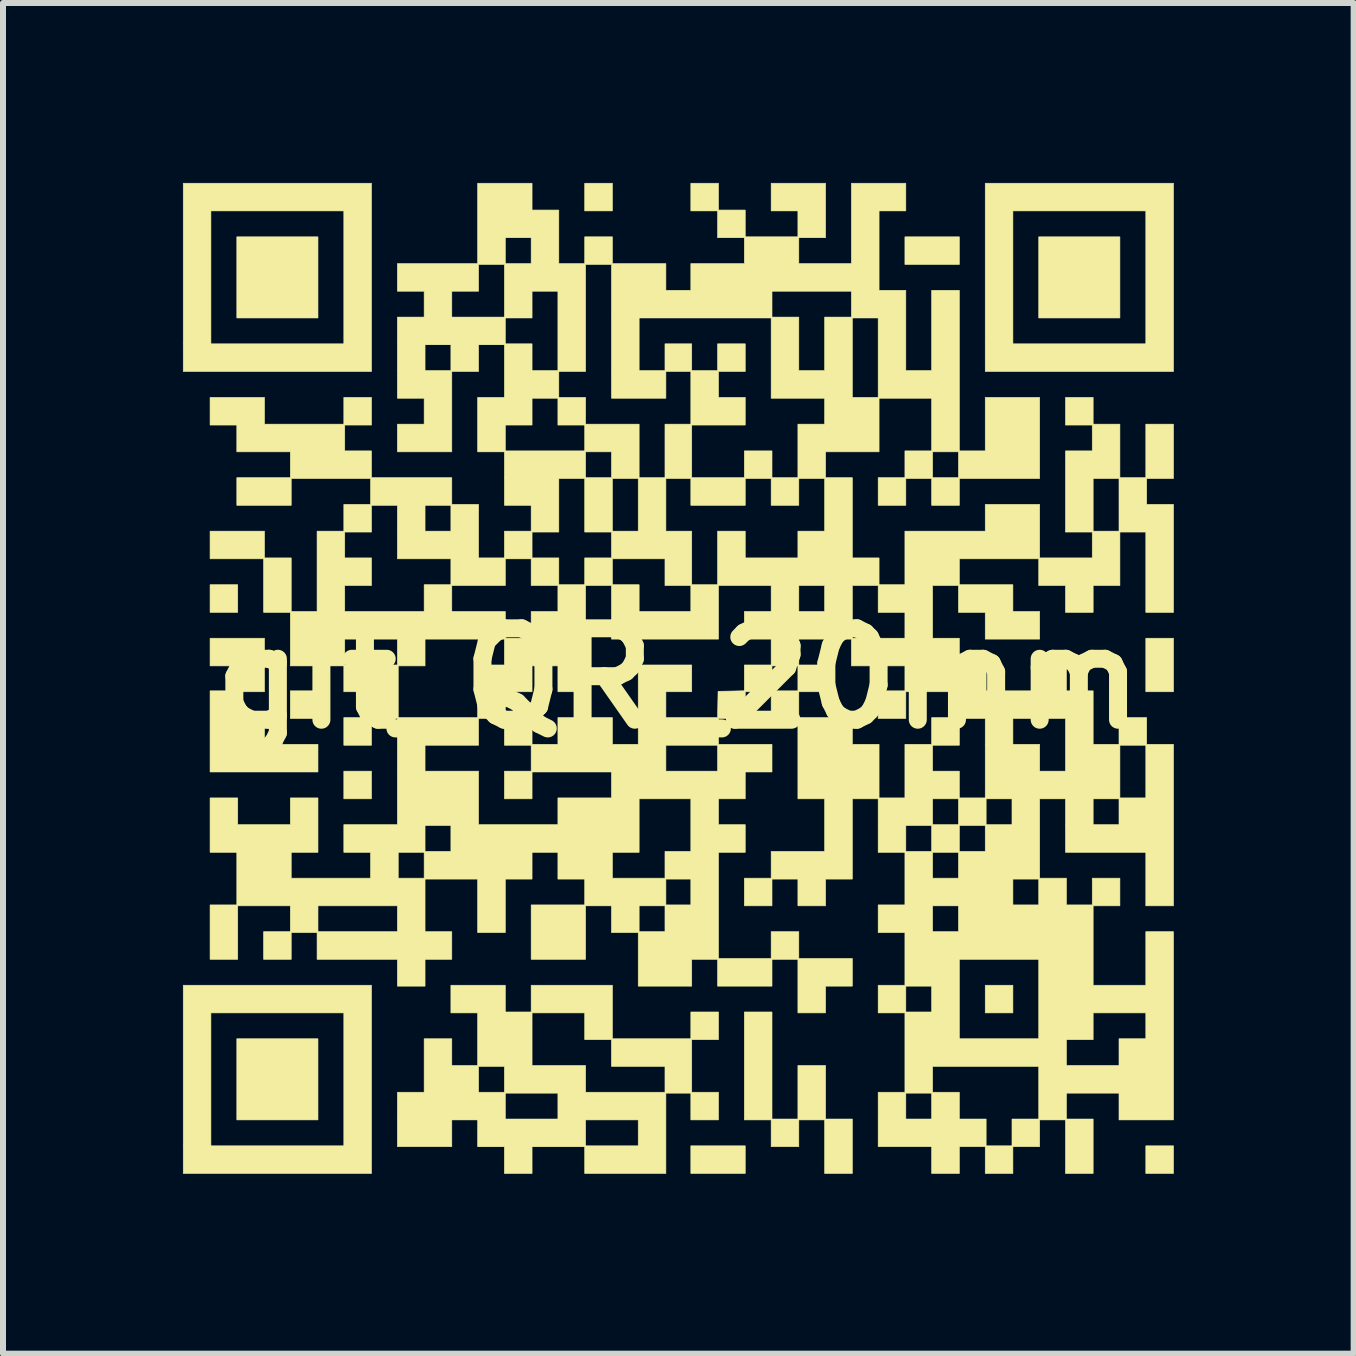
<source format=kicad_pcb>
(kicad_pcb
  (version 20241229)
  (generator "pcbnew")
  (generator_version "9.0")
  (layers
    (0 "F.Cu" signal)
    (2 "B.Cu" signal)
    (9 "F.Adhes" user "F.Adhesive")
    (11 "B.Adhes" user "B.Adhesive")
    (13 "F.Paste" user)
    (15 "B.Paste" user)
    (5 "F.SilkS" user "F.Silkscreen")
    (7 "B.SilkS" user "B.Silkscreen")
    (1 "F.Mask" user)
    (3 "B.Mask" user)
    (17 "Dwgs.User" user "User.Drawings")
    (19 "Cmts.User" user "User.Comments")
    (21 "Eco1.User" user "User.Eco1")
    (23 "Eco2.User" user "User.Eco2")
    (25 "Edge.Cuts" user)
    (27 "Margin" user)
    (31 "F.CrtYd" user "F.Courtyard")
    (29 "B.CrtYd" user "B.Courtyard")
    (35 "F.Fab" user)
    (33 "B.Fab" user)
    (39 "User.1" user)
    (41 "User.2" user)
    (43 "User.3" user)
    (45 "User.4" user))
  (footprint "git_QR_20mm"
    (layer "F.Cu")
    (at 8.259 8.259)
    (property "Reference" "git_QR_20mm" (at 0 0 0) (layer "F.SilkS") (effects (font (size 1.524 1.524) (thickness 0.3))))
    (attr through_hole)
    (fp_poly (pts (xy -7.346 -1.1) (xy -7.807 -1.1) (xy -7.807 -1.561) (xy -7.346 -1.561) (xy -7.346 -1.1)) (stroke (width 0.01) (type solid)) (fill yes) (layer "F.SilkS"))
    (fp_poly (pts (xy -6.008 -6.008) (xy -7.361 -6.008) (xy -7.361 -7.361) (xy -6.008 -7.361) (xy -6.008 -6.008)) (stroke (width 0.01) (type solid)) (fill yes) (layer "F.SilkS"))
    (fp_poly (pts (xy -6.008 0.669) (xy -6.469 0.669) (xy -6.469 0.208) (xy -6.008 0.208) (xy -6.008 0.669)) (stroke (width 0.01) (type solid)) (fill yes) (layer "F.SilkS"))
    (fp_poly (pts (xy -6.008 7.361) (xy -7.361 7.361) (xy -7.361 6.008) (xy -6.008 6.008) (xy -6.008 7.361)) (stroke (width 0.01) (type solid)) (fill yes) (layer "F.SilkS"))
    (fp_poly (pts (xy -5.116 2.008) (xy -5.577 2.008) (xy -5.577 1.547) (xy -5.116 1.547) (xy -5.116 2.008)) (stroke (width 0.01) (type solid)) (fill yes) (layer "F.SilkS"))
    (fp_poly (pts (xy -1.1 -7.793) (xy -1.561 -7.793) (xy -1.561 -8.254) (xy -1.1 -8.254) (xy -1.1 -7.793)) (stroke (width 0.01) (type solid)) (fill yes) (layer "F.SilkS"))
    (fp_poly (pts (xy 1.115 8.254) (xy 0.208 8.254) (xy 0.208 7.793) (xy 1.115 7.793) (xy 1.115 8.254)) (stroke (width 0.01) (type solid)) (fill yes) (layer "F.SilkS"))
    (fp_poly (pts (xy 4.684 -6.9) (xy 3.777 -6.9) (xy 3.777 -7.361) (xy 4.684 -7.361) (xy 4.684 -6.9)) (stroke (width 0.01) (type solid)) (fill yes) (layer "F.SilkS"))
    (fp_poly (pts (xy 5.577 5.577) (xy 5.116 5.577) (xy 5.116 5.116) (xy 5.577 5.116) (xy 5.577 5.577)) (stroke (width 0.01) (type solid)) (fill yes) (layer "F.SilkS"))
    (fp_poly (pts (xy 7.361 -6.008) (xy 6.008 -6.008) (xy 6.008 -7.361) (xy 7.361 -7.361) (xy 7.361 -6.008)) (stroke (width 0.01) (type solid)) (fill yes) (layer "F.SilkS"))
    (fp_poly (pts (xy 8.254 0.223) (xy 7.793 0.223) (xy 7.793 -0.669) (xy 8.254 -0.669) (xy 8.254 0.223)) (stroke (width 0.01) (type solid)) (fill yes) (layer "F.SilkS"))
    (fp_poly (pts (xy 8.254 8.254) (xy 7.793 8.254) (xy 7.793 7.793) (xy 8.254 7.793) (xy 8.254 8.254)) (stroke (width 0.01) (type solid)) (fill yes) (layer "F.SilkS"))
    (fp_poly (pts (xy -5.116 -5.116) (xy -8.254 -5.116) (xy -8.254 -7.793) (xy -7.793 -7.793) (xy -7.793 -5.577) (xy -5.577 -5.577) (xy -5.577 -7.793) (xy -7.793 -7.793) (xy -8.254 -7.793) (xy -8.254 -8.254) (xy -5.116 -8.254) (xy -5.116 -5.116)) (stroke (width 0.01) (type solid)) (fill yes) (layer "F.SilkS"))
    (fp_poly (pts (xy -5.116 8.254) (xy -8.254 8.254) (xy -8.254 5.577) (xy -7.793 5.577) (xy -7.793 7.793) (xy -5.577 7.793) (xy -5.577 5.577) (xy -7.793 5.577) (xy -8.254 5.577) (xy -8.254 5.116) (xy -5.116 5.116) (xy -5.116 8.254)) (stroke (width 0.01) (type solid)) (fill yes) (layer "F.SilkS"))
    (fp_poly (pts (xy 8.254 -5.116) (xy 5.116 -5.116) (xy 5.116 -7.793) (xy 5.577 -7.793) (xy 5.577 -5.577) (xy 7.793 -5.577) (xy 7.793 -7.793) (xy 5.577 -7.793) (xy 5.116 -7.793) (xy 5.116 -8.254) (xy 8.254 -8.254) (xy 8.254 -5.116)) (stroke (width 0.01) (type solid)) (fill yes) (layer "F.SilkS"))
    (fp_poly (pts (xy -6.9 0.223) (xy -7.346 0.223) (xy -7.346 0.654) (xy -6.9 0.654) (xy -6.9 1.1) (xy -6.008 1.1) (xy -6.008 1.561) (xy -7.807 1.561) (xy -7.807 0.208) (xy -7.361 0.208) (xy -7.361 -0.208) (xy -7.807 -0.208) (xy -7.807 -0.669) (xy -6.9 -0.669) (xy -6.9 0.223)) (stroke (width 0.01) (type solid)) (fill yes) (layer "F.SilkS"))
    (fp_poly (pts (xy 1.561 7.346) (xy 1.993 7.346) (xy 1.993 6.454) (xy 2.454 6.454) (xy 2.454 7.346) (xy 2.9 7.346) (xy 2.9 8.254) (xy 2.439 8.254) (xy 2.439 7.361) (xy 2.008 7.361) (xy 2.008 7.807) (xy 1.547 7.807) (xy 1.547 7.361) (xy 1.1 7.361) (xy 1.1 5.562) (xy 1.561 5.562) (xy 1.561 7.346)) (stroke (width 0.01) (type solid)) (fill yes) (layer "F.SilkS"))
    (fp_poly (pts (xy -2.885 5.562) (xy -2.454 5.562) (xy -2.454 5.116) (xy -1.1 5.116) (xy -1.1 6.008) (xy 0.208 6.008) (xy 0.208 5.562) (xy 0.669 5.562) (xy 0.669 6.023) (xy 0.223 6.023) (xy 0.223 6.9) (xy 0.669 6.9) (xy 0.669 7.361) (xy 0.208 7.361) (xy 0.208 6.915) (xy -0.208 6.915) (xy -0.208 8.254) (xy -1.561 8.254) (xy -1.561 7.807) (xy -2.439 7.807) (xy -2.439 8.254) (xy -2.9 8.254) (xy -2.9 7.807) (xy -3.346 7.807) (xy -3.346 7.361) (xy -1.547 7.361) (xy -1.547 7.793) (xy -0.669 7.793) (xy -0.669 7.361) (xy -1.547 7.361) (xy -3.346 7.361) (xy -3.777 7.361) (xy -3.777 7.807) (xy -4.684 7.807) (xy -4.684 6.915) (xy -2.885 6.915) (xy -2.885 7.346) (xy -2.008 7.346) (xy -2.008 6.915) (xy -2.885 6.915) (xy -4.684 6.915) (xy -4.684 6.9) (xy -4.238 6.9) (xy -4.238 6.469) (xy -3.331 6.469) (xy -3.331 6.9) (xy -2.9 6.9) (xy -2.9 6.469) (xy -3.331 6.469) (xy -4.238 6.469) (xy -4.238 6.008) (xy -3.777 6.008) (xy -3.777 6.454) (xy -3.346 6.454) (xy -3.346 5.577) (xy -2.439 5.577) (xy -2.439 6.454) (xy -1.547 6.454) (xy -1.547 6.9) (xy -0.223 6.9) (xy -0.223 6.469) (xy -1.115 6.469) (xy -1.115 6.023) (xy -1.561 6.023) (xy -1.561 5.577) (xy -2.439 5.577) (xy -3.346 5.577) (xy -3.792 5.577) (xy -3.792 5.116) (xy -2.885 5.116) (xy -2.885 5.562)) (stroke (width 0.01) (type solid)) (fill yes) (layer "F.SilkS"))
    (fp_poly (pts (xy -2.439 -7.807) (xy -1.993 -7.807) (xy -1.993 -6.915) (xy -1.561 -6.915) (xy -1.561 -7.361) (xy -1.1 -7.361) (xy -1.1 -6.915) (xy -0.208 -6.915) (xy -0.208 -6.469) (xy 0.208 -6.469) (xy 0.208 -6.915) (xy 1.1 -6.915) (xy 1.1 -7.346) (xy 0.654 -7.346) (xy 0.654 -7.793) (xy 0.208 -7.793) (xy 0.208 -8.254) (xy 0.669 -8.254) (xy 0.669 -7.807) (xy 1.115 -7.807) (xy 1.115 -7.361) (xy 1.993 -7.361) (xy 1.993 -7.793) (xy 1.547 -7.793) (xy 1.547 -8.254) (xy 2.454 -8.254) (xy 2.454 -7.346) (xy 2.008 -7.346) (xy 2.008 -6.915) (xy 2.885 -6.915) (xy 2.885 -8.254) (xy 3.792 -8.254) (xy 3.792 -7.793) (xy 3.346 -7.793) (xy 3.346 -6.469) (xy 3.792 -6.469) (xy 3.792 -5.131) (xy 4.223 -5.131) (xy 4.223 -6.469) (xy 4.684 -6.469) (xy 4.684 -3.792) (xy 5.116 -3.792) (xy 5.116 -4.684) (xy 6.023 -4.684) (xy 6.023 -3.331) (xy 4.684 -3.331) (xy 4.684 -2.885) (xy 4.223 -2.885) (xy 4.223 -3.331) (xy 3.792 -3.331) (xy 3.792 -2.885) (xy 3.331 -2.885) (xy 3.331 -3.346) (xy 3.777 -3.346) (xy 3.777 -3.777) (xy 4.238 -3.777) (xy 4.238 -3.346) (xy 4.67 -3.346) (xy 4.67 -3.777) (xy 4.238 -3.777) (xy 3.777 -3.777) (xy 3.777 -3.792) (xy 4.223 -3.792) (xy 4.223 -4.67) (xy 3.346 -4.67) (xy 3.346 -3.777) (xy 2.454 -3.777) (xy 2.454 -3.346) (xy 2.9 -3.346) (xy 2.9 -2.008) (xy 3.346 -2.008) (xy 3.346 -1.561) (xy 3.777 -1.561) (xy 3.777 -2.454) (xy 5.116 -2.454) (xy 5.116 -2.9) (xy 6.023 -2.9) (xy 6.023 -2.008) (xy 6.9 -2.008) (xy 6.9 -2.439) (xy 6.454 -2.439) (xy 6.454 -3.331) (xy 6.915 -3.331) (xy 6.915 -2.454) (xy 7.346 -2.454) (xy 7.346 -3.331) (xy 6.915 -3.331) (xy 6.454 -3.331) (xy 6.454 -3.792) (xy 6.9 -3.792) (xy 6.9 -4.223) (xy 6.454 -4.223) (xy 6.454 -4.684) (xy 6.915 -4.684) (xy 6.915 -4.238) (xy 7.361 -4.238) (xy 7.361 -3.346) (xy 7.793 -3.346) (xy 7.793 -4.238) (xy 8.254 -4.238) (xy 8.254 -3.331) (xy 7.807 -3.331) (xy 7.807 -2.9) (xy 8.254 -2.9) (xy 8.254 -1.1) (xy 7.793 -1.1) (xy 7.793 -2.439) (xy 7.361 -2.439) (xy 7.361 -1.547) (xy 6.915 -1.547) (xy 6.915 -1.1) (xy 6.454 -1.1) (xy 6.454 -1.547) (xy 6.008 -1.547) (xy 6.008 -1.993) (xy 4.684 -1.993) (xy 4.684 -1.561) (xy 5.577 -1.561) (xy 5.577 -1.115) (xy 6.023 -1.115) (xy 6.023 -0.654) (xy 5.116 -0.654) (xy 5.116 -1.1) (xy 4.67 -1.1) (xy 4.67 -1.547) (xy 4.238 -1.547) (xy 4.238 -0.669) (xy 4.684 -0.669) (xy 4.684 -0.223) (xy 5.131 -0.223) (xy 5.131 0.208) (xy 6.008 0.208) (xy 6.008 -0.223) (xy 6.469 -0.223) (xy 6.469 0.208) (xy 6.915 0.208) (xy 6.915 1.1) (xy 7.346 1.1) (xy 7.346 0.654) (xy 7.807 0.654) (xy 7.807 1.1) (xy 8.254 1.1) (xy 8.254 3.792) (xy 7.793 3.792) (xy 7.793 2.9) (xy 6.454 2.9) (xy 6.454 2.008) (xy 6.915 2.008) (xy 6.915 2.439) (xy 7.346 2.439) (xy 7.346 2.008) (xy 6.915 2.008) (xy 6.454 2.008) (xy 6.023 2.008) (xy 6.023 3.331) (xy 6.469 3.331) (xy 6.469 3.777) (xy 6.9 3.777) (xy 6.9 3.331) (xy 7.361 3.331) (xy 7.361 3.792) (xy 6.915 3.792) (xy 6.915 5.116) (xy 7.793 5.116) (xy 7.793 4.223) (xy 8.254 4.223) (xy 8.254 7.361) (xy 7.346 7.361) (xy 7.346 6.915) (xy 6.469 6.915) (xy 6.469 7.346) (xy 6.915 7.346) (xy 6.915 8.254) (xy 6.454 8.254) (xy 6.454 7.361) (xy 6.023 7.361) (xy 6.023 7.807) (xy 5.577 7.807) (xy 5.577 8.254) (xy 5.116 8.254) (xy 5.116 7.807) (xy 4.684 7.807) (xy 4.684 8.254) (xy 4.223 8.254) (xy 4.223 7.807) (xy 3.331 7.807) (xy 3.331 6.915) (xy 3.792 6.915) (xy 3.792 7.346) (xy 4.223 7.346) (xy 4.223 6.915) (xy 3.792 6.915) (xy 3.331 6.915) (xy 3.331 6.9) (xy 3.777 6.9) (xy 3.777 6.469) (xy 4.238 6.469) (xy 4.238 6.9) (xy 4.684 6.9) (xy 4.684 7.346) (xy 5.131 7.346) (xy 5.131 7.793) (xy 5.562 7.793) (xy 5.562 7.346) (xy 6.008 7.346) (xy 6.008 6.469) (xy 4.238 6.469) (xy 3.777 6.469) (xy 3.777 6.023) (xy 6.469 6.023) (xy 6.469 6.454) (xy 7.346 6.454) (xy 7.346 6.008) (xy 7.793 6.008) (xy 7.793 5.577) (xy 6.915 5.577) (xy 6.915 6.023) (xy 6.469 6.023) (xy 3.777 6.023) (xy 3.777 5.577) (xy 3.331 5.577) (xy 3.331 5.131) (xy 3.792 5.131) (xy 3.792 5.562) (xy 4.223 5.562) (xy 4.223 5.131) (xy 3.792 5.131) (xy 3.331 5.131) (xy 3.331 5.116) (xy 3.777 5.116) (xy 3.777 4.684) (xy 4.684 4.684) (xy 4.684 6.008) (xy 6.008 6.008) (xy 6.008 4.684) (xy 4.684 4.684) (xy 3.777 4.684) (xy 3.777 4.238) (xy 3.331 4.238) (xy 3.331 3.792) (xy 4.238 3.792) (xy 4.238 4.223) (xy 4.67 4.223) (xy 4.67 3.792) (xy 4.238 3.792) (xy 3.331 3.792) (xy 3.331 3.777) (xy 3.777 3.777) (xy 3.777 3.346) (xy 5.577 3.346) (xy 5.577 3.777) (xy 6.008 3.777) (xy 6.008 3.346) (xy 5.577 3.346) (xy 3.777 3.346) (xy 3.777 2.9) (xy 4.238 2.9) (xy 4.238 3.331) (xy 4.67 3.331) (xy 4.67 2.9) (xy 4.238 2.9) (xy 3.777 2.9) (xy 3.331 2.9) (xy 3.331 2.454) (xy 3.792 2.454) (xy 3.792 2.885) (xy 4.223 2.885) (xy 4.223 2.454) (xy 4.684 2.454) (xy 4.684 2.885) (xy 5.116 2.885) (xy 5.116 2.454) (xy 4.684 2.454) (xy 4.223 2.454) (xy 3.792 2.454) (xy 3.331 2.454) (xy 3.331 2.008) (xy 4.238 2.008) (xy 4.238 2.439) (xy 4.67 2.439) (xy 4.67 2.008) (xy 5.131 2.008) (xy 5.131 2.439) (xy 5.562 2.439) (xy 5.562 2.008) (xy 5.131 2.008) (xy 4.67 2.008) (xy 4.238 2.008) (xy 3.331 2.008) (xy 2.9 2.008) (xy 2.9 3.346) (xy 2.454 3.346) (xy 2.454 3.792) (xy 1.993 3.792) (xy 1.993 3.346) (xy 1.561 3.346) (xy 1.561 3.792) (xy 1.1 3.792) (xy 1.1 3.331) (xy 1.547 3.331) (xy 1.547 2.885) (xy 2.439 2.885) (xy 2.439 2.008) (xy 1.993 2.008) (xy 1.993 0.669) (xy 1.547 0.669) (xy 1.547 0.223) (xy 1.115 0.223) (xy 1.115 0.669) (xy 0.669 0.669) (xy 0.669 1.1) (xy 1.561 1.1) (xy 1.561 1.561) (xy 1.115 1.561) (xy 1.115 2.008) (xy 0.669 2.008) (xy 0.669 2.439) (xy 1.115 2.439) (xy 1.115 2.9) (xy 0.669 2.9) (xy 0.669 4.67) (xy 1.547 4.67) (xy 1.547 4.223) (xy 2.008 4.223) (xy 2.008 4.67) (xy 2.9 4.67) (xy 2.9 5.131) (xy 2.454 5.131) (xy 2.454 5.577) (xy 1.993 5.577) (xy 1.993 4.684) (xy 1.561 4.684) (xy 1.561 5.131) (xy 0.654 5.131) (xy 0.654 4.684) (xy 0.223 4.684) (xy 0.223 5.131) (xy -0.669 5.131) (xy -0.669 4.238) (xy -1.115 4.238) (xy -1.115 3.792) (xy -0.654 3.792) (xy -0.654 4.223) (xy -0.223 4.223) (xy -0.223 3.792) (xy -0.654 3.792) (xy -1.115 3.792) (xy -1.547 3.792) (xy -1.547 4.684) (xy -2.454 4.684) (xy -2.454 3.777) (xy -1.561 3.777) (xy -1.561 3.346) (xy -0.208 3.346) (xy -0.208 3.777) (xy 0.208 3.777) (xy 0.208 3.346) (xy -0.208 3.346) (xy -1.561 3.346) (xy -2.008 3.346) (xy -2.008 2.9) (xy -1.1 2.9) (xy -1.1 3.331) (xy -0.223 3.331) (xy -0.223 2.885) (xy 0.208 2.885) (xy 0.208 2.008) (xy -0.654 2.008) (xy -0.654 2.9) (xy -1.1 2.9) (xy -2.008 2.9) (xy -2.439 2.9) (xy -2.439 3.346) (xy -2.885 3.346) (xy -2.885 4.238) (xy -3.346 4.238) (xy -3.346 3.346) (xy -4.223 3.346) (xy -4.223 4.223) (xy -3.777 4.223) (xy -3.777 4.684) (xy -4.223 4.684) (xy -4.223 5.131) (xy -4.684 5.131) (xy -4.684 4.684) (xy -6.023 4.684) (xy -6.023 4.238) (xy -6.454 4.238) (xy -6.454 4.684) (xy -6.915 4.684) (xy -6.915 4.223) (xy -6.469 4.223) (xy -6.469 3.792) (xy -6.008 3.792) (xy -6.008 4.223) (xy -4.684 4.223) (xy -4.684 3.792) (xy -6.008 3.792) (xy -6.469 3.792) (xy -7.346 3.792) (xy -7.346 4.684) (xy -7.807 4.684) (xy -7.807 3.777) (xy -7.361 3.777) (xy -7.361 2.9) (xy -7.807 2.9) (xy -7.807 1.993) (xy -7.346 1.993) (xy -7.346 2.439) (xy -6.469 2.439) (xy -6.469 1.993) (xy -6.008 1.993) (xy -6.008 2.9) (xy -6.454 2.9) (xy -6.454 3.331) (xy -5.131 3.331) (xy -5.131 2.9) (xy -4.67 2.9) (xy -4.67 3.331) (xy -4.238 3.331) (xy -4.238 2.9) (xy -4.67 2.9) (xy -5.131 2.9) (xy -5.577 2.9) (xy -5.577 2.454) (xy -4.223 2.454) (xy -4.223 2.885) (xy -3.792 2.885) (xy -3.792 2.454) (xy -4.223 2.454) (xy -5.577 2.454) (xy -5.577 2.439) (xy -4.684 2.439) (xy -4.684 1.115) (xy -4.223 1.115) (xy -4.223 1.547) (xy -3.331 1.547) (xy -3.331 2.439) (xy -2.008 2.439) (xy -2.008 1.993) (xy -1.115 1.993) (xy -1.115 1.561) (xy -2.439 1.561) (xy -2.439 2.008) (xy -2.9 2.008) (xy -2.9 1.547) (xy -2.454 1.547) (xy -2.454 1.115) (xy -0.208 1.115) (xy -0.208 1.547) (xy 0.654 1.547) (xy 0.654 1.115) (xy -0.208 1.115) (xy -2.454 1.115) (xy -2.9 1.115) (xy -2.9 0.669) (xy -3.331 0.669) (xy -3.331 1.115) (xy -4.223 1.115) (xy -4.684 1.115) (xy -4.684 0.669) (xy -5.116 0.669) (xy -5.116 1.115) (xy -5.577 1.115) (xy -5.577 0.654) (xy -5.131 0.654) (xy -5.131 0.223) (xy -5.577 0.223) (xy -5.577 -0.208) (xy -4.67 -0.208) (xy -4.67 0.654) (xy -3.346 0.654) (xy -3.346 0.223) (xy -2.885 0.223) (xy -2.885 0.654) (xy -2.439 0.654) (xy -2.439 1.1) (xy -2.008 1.1) (xy -2.008 0.654) (xy -1.1 0.654) (xy -1.1 1.1) (xy -0.669 1.1) (xy -0.669 -0.223) (xy 0.223 -0.223) (xy 0.223 0.223) (xy -0.208 0.223) (xy -0.208 0.654) (xy 0.654 0.654) (xy 0.658 0.435) (xy 0.662 0.216) (xy 0.881 0.212) (xy 1.1 0.207) (xy 1.1 -0.208) (xy 1.561 -0.208) (xy 1.561 0.208) (xy 1.993 0.208) (xy 1.993 -0.208) (xy 1.561 -0.208) (xy 1.1 -0.208) (xy 1.1 -0.223) (xy 1.547 -0.223) (xy 1.547 -0.654) (xy 2.008 -0.654) (xy 2.008 -0.223) (xy 2.454 -0.223) (xy 2.454 0.223) (xy 2.008 0.223) (xy 2.008 0.654) (xy 2.9 0.654) (xy 2.9 1.1) (xy 3.346 1.1) (xy 3.346 1.993) (xy 3.777 1.993) (xy 3.777 1.115) (xy 4.238 1.115) (xy 4.238 1.547) (xy 4.684 1.547) (xy 4.684 1.993) (xy 5.116 1.993) (xy 5.116 0.669) (xy 5.577 0.669) (xy 5.577 1.1) (xy 6.023 1.1) (xy 6.023 1.547) (xy 6.454 1.547) (xy 6.454 1.115) (xy 7.361 1.115) (xy 7.361 1.993) (xy 7.793 1.993) (xy 7.793 1.115) (xy 7.361 1.115) (xy 6.454 1.115) (xy 6.454 0.669) (xy 5.577 0.669) (xy 5.116 0.669) (xy 4.684 0.669) (xy 4.684 1.115) (xy 4.238 1.115) (xy 3.777 1.115) (xy 3.777 1.1) (xy 4.223 1.1) (xy 4.223 0.654) (xy 4.67 0.654) (xy 4.67 0.223) (xy 3.792 0.223) (xy 3.792 0.669) (xy 3.331 0.669) (xy 3.331 0.208) (xy 3.777 0.208) (xy 3.777 -0.208) (xy 2.885 -0.208) (xy 2.885 -0.654) (xy 2.008 -0.654) (xy 1.547 -0.654) (xy 1.1 -0.654) (xy 1.1 -1.115) (xy 1.547 -1.115) (xy 1.547 -1.547) (xy 2.008 -1.547) (xy 2.008 -1.115) (xy 2.439 -1.115) (xy 2.439 -1.547) (xy 2.9 -1.547) (xy 2.9 -0.669) (xy 3.777 -0.669) (xy 3.777 -1.1) (xy 3.331 -1.1) (xy 3.331 -1.547) (xy 2.9 -1.547) (xy 2.439 -1.547) (xy 2.008 -1.547) (xy 1.547 -1.547) (xy 0.669 -1.547) (xy 0.669 -0.654) (xy -1.115 -0.654) (xy -1.115 -1.547) (xy -1.547 -1.547) (xy -1.547 0.223) (xy -2.008 0.223) (xy -2.008 -0.208) (xy -2.439 -0.208) (xy -2.439 0.223) (xy -2.885 0.223) (xy -3.346 0.223) (xy -3.346 -0.223) (xy -2.9 -0.223) (xy -2.9 -0.654) (xy -4.223 -0.654) (xy -4.223 -0.208) (xy -4.67 -0.208) (xy -5.577 -0.208) (xy -6.469 -0.208) (xy -6.469 -0.654) (xy -5.562 -0.654) (xy -5.562 -0.223) (xy -4.684 -0.223) (xy -4.684 -0.654) (xy -5.562 -0.654) (xy -6.469 -0.654) (xy -6.469 -1.1) (xy -6.915 -1.1) (xy -6.915 -1.993) (xy -7.807 -1.993) (xy -7.807 -2.454) (xy -6.9 -2.454) (xy -6.9 -2.008) (xy -6.454 -2.008) (xy -6.454 -1.115) (xy -6.023 -1.115) (xy -6.023 -2.439) (xy -5.562 -2.439) (xy -5.562 -2.008) (xy -5.116 -2.008) (xy -5.116 -1.547) (xy -5.562 -1.547) (xy -5.562 -1.115) (xy -4.238 -1.115) (xy -4.238 -1.547) (xy -3.777 -1.547) (xy -3.777 -1.115) (xy -2.885 -1.115) (xy -2.885 -0.669) (xy -2.454 -0.669) (xy -2.454 -1.115) (xy -2.008 -1.115) (xy -2.008 -1.547) (xy -2.454 -1.547) (xy -2.454 -1.993) (xy -2.885 -1.993) (xy -2.885 -1.547) (xy -3.777 -1.547) (xy -4.238 -1.547) (xy -4.238 -1.561) (xy -3.792 -1.561) (xy -3.792 -1.993) (xy -4.684 -1.993) (xy -4.684 -2.885) (xy -4.223 -2.885) (xy -4.223 -2.454) (xy -3.792 -2.454) (xy -3.792 -2.885) (xy -4.223 -2.885) (xy -4.684 -2.885) (xy -5.116 -2.885) (xy -5.116 -2.439) (xy -5.562 -2.439) (xy -6.023 -2.439) (xy -6.023 -2.454) (xy -5.577 -2.454) (xy -5.577 -2.9) (xy -5.131 -2.9) (xy -5.131 -3.331) (xy -6.454 -3.331) (xy -6.454 -2.885) (xy -7.361 -2.885) (xy -7.361 -3.346) (xy -6.469 -3.346) (xy -6.469 -3.777) (xy -7.361 -3.777) (xy -7.361 -4.223) (xy -7.807 -4.223) (xy -7.807 -4.684) (xy -6.9 -4.684) (xy -6.9 -4.238) (xy -5.577 -4.238) (xy -5.577 -4.684) (xy -5.116 -4.684) (xy -5.116 -4.223) (xy -5.562 -4.223) (xy -5.562 -3.792) (xy -5.116 -3.792) (xy -5.116 -3.346) (xy -3.777 -3.346) (xy -3.777 -2.9) (xy -3.331 -2.9) (xy -3.331 -2.008) (xy -2.9 -2.008) (xy -2.9 -2.439) (xy -2.439 -2.439) (xy -2.439 -2.008) (xy -1.993 -2.008) (xy -1.993 -1.561) (xy -1.561 -1.561) (xy -1.561 -1.993) (xy -1.1 -1.993) (xy -1.1 -1.561) (xy -0.654 -1.561) (xy -0.654 -1.115) (xy 0.208 -1.115) (xy 0.208 -1.547) (xy -0.223 -1.547) (xy -0.223 -1.993) (xy -1.1 -1.993) (xy -1.561 -1.993) (xy -1.561 -2.008) (xy -1.115 -2.008) (xy -1.115 -2.439) (xy -1.561 -2.439) (xy -1.561 -3.331) (xy -1.1 -3.331) (xy -1.1 -2.454) (xy -0.669 -2.454) (xy -0.669 -3.331) (xy -0.208 -3.331) (xy -0.208 -2.454) (xy 0.223 -2.454) (xy 0.223 -1.561) (xy 0.654 -1.561) (xy 0.654 -2.454) (xy 1.115 -2.454) (xy 1.115 -2.008) (xy 1.993 -2.008) (xy 1.993 -2.454) (xy 2.439 -2.454) (xy 2.439 -3.331) (xy 2.008 -3.331) (xy 2.008 -2.885) (xy 1.547 -2.885) (xy 1.547 -3.331) (xy 1.115 -3.331) (xy 1.115 -2.885) (xy 0.208 -2.885) (xy 0.208 -3.331) (xy -0.208 -3.331) (xy -0.669 -3.331) (xy -1.1 -3.331) (xy -1.561 -3.331) (xy -1.993 -3.331) (xy -1.993 -2.439) (xy -2.439 -2.439) (xy -2.9 -2.439) (xy -2.9 -2.454) (xy -2.454 -2.454) (xy -2.454 -2.885) (xy -2.9 -2.885) (xy -2.9 -3.777) (xy -1.547 -3.777) (xy -1.547 -3.346) (xy -1.115 -3.346) (xy -1.115 -3.777) (xy -1.547 -3.777) (xy -2.9 -3.777) (xy -3.346 -3.777) (xy -3.346 -4.223) (xy -2.885 -4.223) (xy -2.885 -3.792) (xy -1.561 -3.792) (xy -1.561 -4.223) (xy -2.008 -4.223) (xy -2.008 -4.67) (xy -2.439 -4.67) (xy -2.439 -4.223) (xy -2.885 -4.223) (xy -3.346 -4.223) (xy -3.346 -4.684) (xy -2.9 -4.684) (xy -2.9 -5.116) (xy -1.993 -5.116) (xy -1.993 -4.684) (xy -1.547 -4.684) (xy -1.547 -4.238) (xy -0.654 -4.238) (xy -0.654 -3.346) (xy -0.223 -3.346) (xy -0.223 -4.238) (xy 0.208 -4.238) (xy 0.208 -5.116) (xy -0.208 -5.116) (xy -0.208 -4.67) (xy -1.115 -4.67) (xy -1.115 -6.008) (xy -0.654 -6.008) (xy -0.654 -5.131) (xy -0.223 -5.131) (xy -0.223 -5.577) (xy 0.223 -5.577) (xy 0.223 -5.131) (xy 0.654 -5.131) (xy 0.654 -5.577) (xy 1.115 -5.577) (xy 1.115 -5.116) (xy 0.669 -5.116) (xy 0.669 -4.684) (xy 1.115 -4.684) (xy 1.115 -4.223) (xy 0.223 -4.223) (xy 0.223 -3.346) (xy 1.1 -3.346) (xy 1.1 -3.792) (xy 1.561 -3.792) (xy 1.561 -3.346) (xy 1.993 -3.346) (xy 1.993 -4.238) (xy 2.439 -4.238) (xy 2.439 -4.67) (xy 1.547 -4.67) (xy 1.547 -6.008) (xy -0.654 -6.008) (xy -1.115 -6.008) (xy -1.115 -6.454) (xy 1.561 -6.454) (xy 1.561 -6.023) (xy 2.008 -6.023) (xy 2.008 -5.131) (xy 2.439 -5.131) (xy 2.439 -6.008) (xy 2.9 -6.008) (xy 2.9 -4.684) (xy 3.331 -4.684) (xy 3.331 -6.008) (xy 2.9 -6.008) (xy 2.439 -6.008) (xy 2.439 -6.023) (xy 2.885 -6.023) (xy 2.885 -6.454) (xy 1.561 -6.454) (xy -1.115 -6.454) (xy -1.115 -6.9) (xy -1.547 -6.9) (xy -1.547 -5.116) (xy -1.993 -5.116) (xy -2.9 -5.116) (xy -2.9 -5.562) (xy -3.331 -5.562) (xy -3.331 -5.116) (xy -3.777 -5.116) (xy -3.777 -3.777) (xy -4.684 -3.777) (xy -4.684 -4.238) (xy -4.238 -4.238) (xy -4.238 -4.67) (xy -4.684 -4.67) (xy -4.684 -5.562) (xy -4.223 -5.562) (xy -4.223 -5.131) (xy -3.792 -5.131) (xy -3.792 -5.562) (xy -4.223 -5.562) (xy -4.684 -5.562) (xy -4.684 -6.008) (xy -2.885 -6.008) (xy -2.885 -5.577) (xy -2.439 -5.577) (xy -2.439 -5.131) (xy -2.008 -5.131) (xy -2.008 -6.454) (xy -2.439 -6.454) (xy -2.439 -6.008) (xy -2.885 -6.008) (xy -4.684 -6.008) (xy -4.684 -6.023) (xy -4.238 -6.023) (xy -4.238 -6.454) (xy -3.777 -6.454) (xy -3.777 -6.023) (xy -2.9 -6.023) (xy -2.9 -6.9) (xy -3.331 -6.9) (xy -3.331 -6.454) (xy -3.777 -6.454) (xy -4.238 -6.454) (xy -4.684 -6.454) (xy -4.684 -6.915) (xy -3.346 -6.915) (xy -3.346 -7.346) (xy -2.885 -7.346) (xy -2.885 -6.915) (xy -2.454 -6.915) (xy -2.454 -7.346) (xy -2.885 -7.346) (xy -3.346 -7.346) (xy -3.346 -8.254) (xy -2.439 -8.254) (xy -2.439 -7.807)) (stroke (width 0.01) (type solid)) (fill yes) (layer "F.SilkS")))
  (gr_rect
    (start -3 -3)
    (end 19.517 19.517)
    (stroke (width 0.1) (type default))
    (fill no)
    (layer "Edge.Cuts")))
</source>
